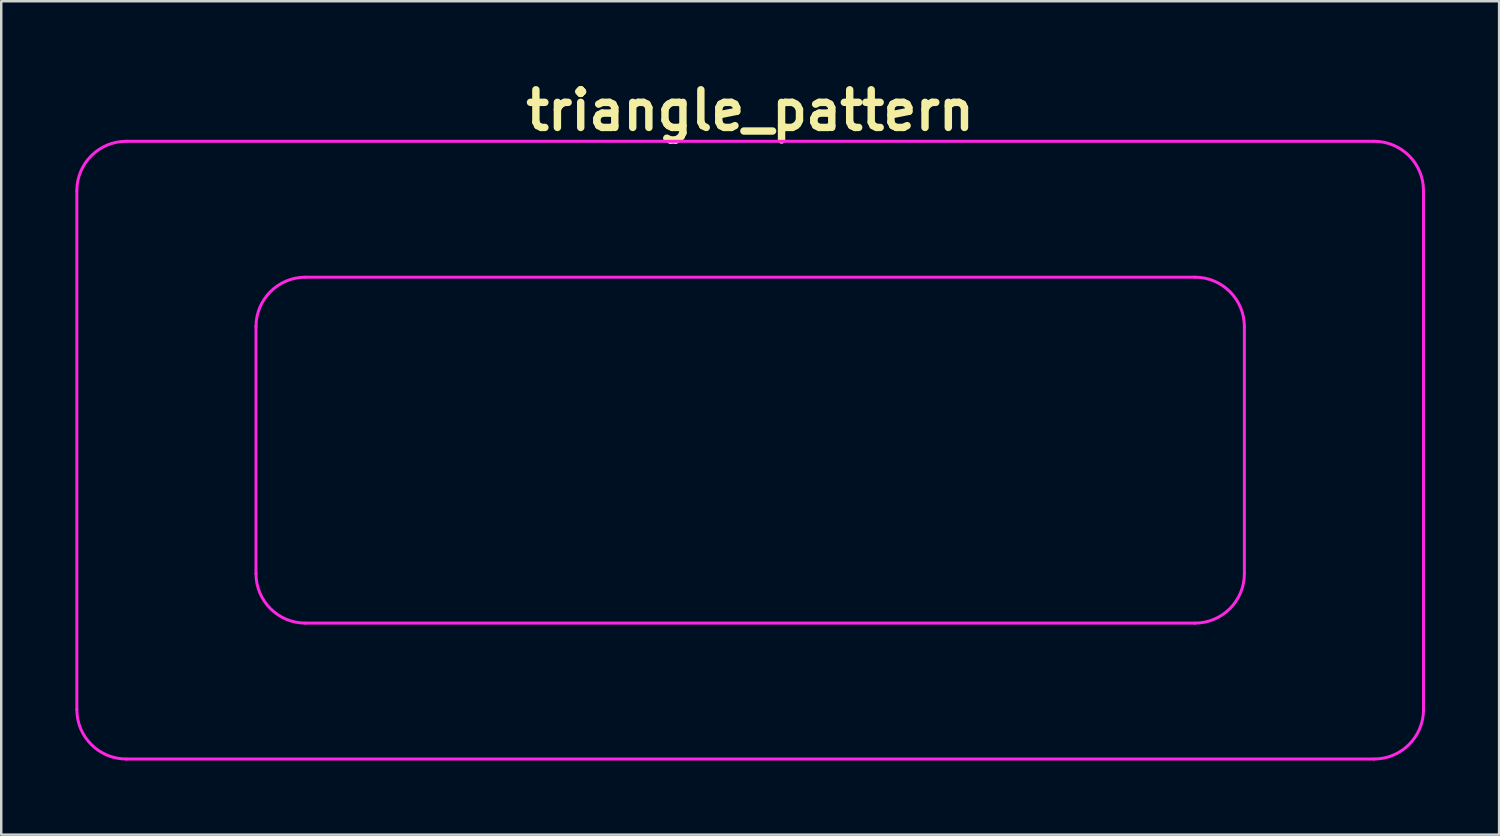
<source format=kicad_pcb>
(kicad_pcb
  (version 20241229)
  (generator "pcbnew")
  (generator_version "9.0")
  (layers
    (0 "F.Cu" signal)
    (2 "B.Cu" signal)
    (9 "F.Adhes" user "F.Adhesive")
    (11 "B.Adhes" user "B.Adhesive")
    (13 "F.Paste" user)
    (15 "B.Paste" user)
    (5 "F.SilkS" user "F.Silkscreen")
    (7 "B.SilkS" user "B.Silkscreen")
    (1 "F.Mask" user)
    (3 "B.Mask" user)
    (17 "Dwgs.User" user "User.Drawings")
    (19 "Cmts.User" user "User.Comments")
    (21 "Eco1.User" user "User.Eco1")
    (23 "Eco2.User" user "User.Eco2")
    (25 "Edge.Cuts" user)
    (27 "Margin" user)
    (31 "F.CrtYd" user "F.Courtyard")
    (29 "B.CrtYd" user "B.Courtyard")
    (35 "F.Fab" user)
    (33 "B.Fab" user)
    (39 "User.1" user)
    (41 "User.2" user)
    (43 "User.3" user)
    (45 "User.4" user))
  (footprint "triangle_pattern"
    (layer "F.Cu")
    (at 27.31 15.118)
    (property "Reference" "triangle_pattern" (at 0 -13.7 0) (layer "F.SilkS") (effects (font (size 1.524 1.524) (thickness 0.3))))
    (attr through_hole)
    (fp_line (start -27.25 -3.5) (end -25.65 -3.1) (stroke (width 0.12) (type solid)) (layer "F.Mask"))
    (fp_line (start -27.25 5.3) (end -23.65 4.5) (stroke (width 0.12) (type solid)) (layer "F.Mask"))
    (fp_line (start -27.15 -7.45) (end -21.45 -7.45) (stroke (width 0.12) (type solid)) (layer "F.Mask"))
    (fp_line (start -27.05 -11.3) (end -25.55 -11) (stroke (width 0.12) (type solid)) (layer "F.Mask"))
    (fp_line (start -27 1.1) (end -27.25 1.1) (stroke (width 0.12) (type solid)) (layer "F.Mask"))
    (fp_line (start -27 1.1) (end -25.15 -1.7) (stroke (width 0.12) (type solid)) (layer "F.Mask"))
    (fp_line (start -27 1.1) (end -23.65 4.5) (stroke (width 0.12) (type solid)) (layer "F.Mask"))
    (fp_line (start -27 1.1) (end -21.45 0.45) (stroke (width 0.12) (type solid)) (layer "F.Mask"))
    (fp_line (start -26.65 -5.25) (end -27.25 -4.55) (stroke (width 0.12) (type solid)) (layer "F.Mask"))
    (fp_line (start -26.65 -5.25) (end -27.15 -7.45) (stroke (width 0.12) (type solid)) (layer "F.Mask"))
    (fp_line (start -26.6 3.55) (end -27.25 3.85) (stroke (width 0.12) (type solid)) (layer "F.Mask"))
    (fp_line (start -26.6 3.55) (end -27.25 4.8) (stroke (width 0.12) (type solid)) (layer "F.Mask"))
    (fp_line (start -26.6 3.55) (end -27 1.1) (stroke (width 0.12) (type solid)) (layer "F.Mask"))
    (fp_line (start -26.25 12.3) (end -25.15 11.15) (stroke (width 0.12) (type solid)) (layer "F.Mask"))
    (fp_line (start -26.1 7.55) (end -27.25 5.75) (stroke (width 0.12) (type solid)) (layer "F.Mask"))
    (fp_line (start -26.1 7.55) (end -27.25 8) (stroke (width 0.12) (type solid)) (layer "F.Mask"))
    (fp_line (start -26.1 7.55) (end -25.15 11.15) (stroke (width 0.12) (type solid)) (layer "F.Mask"))
    (fp_line (start -25.65 -3.1) (end -26.65 -5.25) (stroke (width 0.12) (type solid)) (layer "F.Mask"))
    (fp_line (start -25.65 -3.1) (end -25.15 -1.7) (stroke (width 0.12) (type solid)) (layer "F.Mask"))
    (fp_line (start -25.55 -11) (end -27.15 -7.45) (stroke (width 0.12) (type solid)) (layer "F.Mask"))
    (fp_line (start -25.55 -11) (end -24.95 -12.45) (stroke (width 0.12) (type solid)) (layer "F.Mask"))
    (fp_line (start -25.55 -11) (end -21.65 -10.2) (stroke (width 0.12) (type solid)) (layer "F.Mask"))
    (fp_line (start -25.15 -1.7) (end -27.25 -3.15) (stroke (width 0.12) (type solid)) (layer "F.Mask"))
    (fp_line (start -25.15 -1.7) (end -21.6 -4.95) (stroke (width 0.12) (type solid)) (layer "F.Mask"))
    (fp_line (start -25.15 -1.7) (end -21.45 0.45) (stroke (width 0.12) (type solid)) (layer "F.Mask"))
    (fp_line (start -25.15 11.15) (end -27.25 8.5) (stroke (width 0.12) (type solid)) (layer "F.Mask"))
    (fp_line (start -25.15 11.15) (end -26.85 11.75) (stroke (width 0.12) (type solid)) (layer "F.Mask"))
    (fp_line (start -25.15 11.15) (end -24.55 12.55) (stroke (width 0.12) (type solid)) (layer "F.Mask"))
    (fp_line (start -25.15 11.15) (end -22.1 12.55) (stroke (width 0.12) (type solid)) (layer "F.Mask"))
    (fp_line (start -25.15 11.15) (end -20.9 8.2) (stroke (width 0.12) (type solid)) (layer "F.Mask"))
    (fp_line (start -23.65 4.5) (end -26.6 3.55) (stroke (width 0.12) (type solid)) (layer "F.Mask"))
    (fp_line (start -23.65 4.5) (end -26.1 7.55) (stroke (width 0.12) (type solid)) (layer "F.Mask"))
    (fp_line (start -23.65 4.5) (end -21.7 2.75) (stroke (width 0.12) (type solid)) (layer "F.Mask"))
    (fp_line (start -23.65 4.5) (end -20.9 8.2) (stroke (width 0.12) (type solid)) (layer "F.Mask"))
    (fp_line (start -23.65 4.5) (end -20.65 4.5) (stroke (width 0.12) (type solid)) (layer "F.Mask"))
    (fp_line (start -21.7 2.75) (end -27 1.1) (stroke (width 0.12) (type solid)) (layer "F.Mask"))
    (fp_line (start -21.7 2.75) (end -20.1 4.2) (stroke (width 0.12) (type solid)) (layer "F.Mask"))
    (fp_line (start -21.7 2.75) (end -20.05 1.05) (stroke (width 0.12) (type solid)) (layer "F.Mask"))
    (fp_line (start -21.65 -10.2) (end -23.3 -12.45) (stroke (width 0.12) (type solid)) (layer "F.Mask"))
    (fp_line (start -21.65 -10.2) (end -21.45 -7.45) (stroke (width 0.12) (type solid)) (layer "F.Mask"))
    (fp_line (start -21.65 -10.2) (end -17.7 -10.85) (stroke (width 0.12) (type solid)) (layer "F.Mask"))
    (fp_line (start -21.6 -4.95) (end -26.65 -5.25) (stroke (width 0.12) (type solid)) (layer "F.Mask"))
    (fp_line (start -21.6 -4.95) (end -25.65 -3.1) (stroke (width 0.12) (type solid)) (layer "F.Mask"))
    (fp_line (start -21.6 -4.95) (end -21.45 0.45) (stroke (width 0.12) (type solid)) (layer "F.Mask"))
    (fp_line (start -21.6 -4.95) (end -20.05 -4.35) (stroke (width 0.12) (type solid)) (layer "F.Mask"))
    (fp_line (start -21.6 -4.95) (end -18.3 -7) (stroke (width 0.12) (type solid)) (layer "F.Mask"))
    (fp_line (start -21.45 -7.45) (end -26.65 -5.25) (stroke (width 0.12) (type solid)) (layer "F.Mask"))
    (fp_line (start -21.45 -7.45) (end -25.55 -11) (stroke (width 0.12) (type solid)) (layer "F.Mask"))
    (fp_line (start -21.45 -7.45) (end -21.6 -4.95) (stroke (width 0.12) (type solid)) (layer "F.Mask"))
    (fp_line (start -21.45 -7.45) (end -18.3 -7) (stroke (width 0.12) (type solid)) (layer "F.Mask"))
    (fp_line (start -21.45 0.45) (end -21.7 2.75) (stroke (width 0.12) (type solid)) (layer "F.Mask"))
    (fp_line (start -21.45 0.45) (end -20.05 0.05) (stroke (width 0.12) (type solid)) (layer "F.Mask"))
    (fp_line (start -21.2 -12.45) (end -21.65 -10.2) (stroke (width 0.12) (type solid)) (layer "F.Mask"))
    (fp_line (start -20.9 8.2) (end -26.1 7.55) (stroke (width 0.12) (type solid)) (layer "F.Mask"))
    (fp_line (start -20.9 8.2) (end -21.65 12.5) (stroke (width 0.12) (type solid)) (layer "F.Mask"))
    (fp_line (start -20.9 8.2) (end -20 6) (stroke (width 0.12) (type solid)) (layer "F.Mask"))
    (fp_line (start -20.9 12.55) (end -19.25 12.2) (stroke (width 0.12) (type solid)) (layer "F.Mask"))
    (fp_line (start -20.65 4.5) (end -21.7 2.75) (stroke (width 0.12) (type solid)) (layer "F.Mask"))
    (fp_line (start -20.65 4.5) (end -20 6) (stroke (width 0.12) (type solid)) (layer "F.Mask"))
    (fp_line (start -20.1 4.2) (end -20.65 4.5) (stroke (width 0.12) (type solid)) (layer "F.Mask"))
    (fp_line (start -20.1 4.2) (end -20 6) (stroke (width 0.12) (type solid)) (layer "F.Mask"))
    (fp_line (start -20.05 -2.45) (end -21.6 -4.95) (stroke (width 0.12) (type solid)) (layer "F.Mask"))
    (fp_line (start -20 6) (end -23.65 4.5) (stroke (width 0.12) (type solid)) (layer "F.Mask"))
    (fp_line (start -20 6.05) (end -19.15 9.9) (stroke (width 0.12) (type solid)) (layer "F.Mask"))
    (fp_line (start -19.25 12.2) (end -19.3 12.55) (stroke (width 0.12) (type solid)) (layer "F.Mask"))
    (fp_line (start -19.25 12.2) (end -19.15 9.9) (stroke (width 0.12) (type solid)) (layer "F.Mask"))
    (fp_line (start -19.25 12.2) (end -18.6 12.55) (stroke (width 0.12) (type solid)) (layer "F.Mask"))
    (fp_line (start -19.25 12.2) (end -15 11.5) (stroke (width 0.12) (type solid)) (layer "F.Mask"))
    (fp_line (start -19.15 9.9) (end -21.5 12.55) (stroke (width 0.12) (type solid)) (layer "F.Mask"))
    (fp_line (start -19.15 9.9) (end -20.9 8.2) (stroke (width 0.12) (type solid)) (layer "F.Mask"))
    (fp_line (start -19.15 9.9) (end -18 7.05) (stroke (width 0.12) (type solid)) (layer "F.Mask"))
    (fp_line (start -18.3 -7) (end -21.65 -10.2) (stroke (width 0.12) (type solid)) (layer "F.Mask"))
    (fp_line (start -18.3 -7) (end -14.7 -9.8) (stroke (width 0.12) (type solid)) (layer "F.Mask"))
    (fp_line (start -18.15 -12.45) (end -17.7 -10.85) (stroke (width 0.12) (type solid)) (layer "F.Mask"))
    (fp_line (start -17.7 -10.85) (end -20.2 -12.45) (stroke (width 0.12) (type solid)) (layer "F.Mask"))
    (fp_line (start -17.7 -10.85) (end -18.3 -7) (stroke (width 0.12) (type solid)) (layer "F.Mask"))
    (fp_line (start -17.7 -10.85) (end -15.8 -11.45) (stroke (width 0.12) (type solid)) (layer "F.Mask"))
    (fp_line (start -16.35 -12.45) (end -15.8 -11.45) (stroke (width 0.12) (type solid)) (layer "F.Mask"))
    (fp_line (start -16.05 7.05) (end -15.05 10.15) (stroke (width 0.12) (type solid)) (layer "F.Mask"))
    (fp_line (start -15.8 -11.45) (end -17.05 -12.45) (stroke (width 0.12) (type solid)) (layer "F.Mask"))
    (fp_line (start -15.8 -11.45) (end -14.75 -12.45) (stroke (width 0.12) (type solid)) (layer "F.Mask"))
    (fp_line (start -15.8 -11.45) (end -14.7 -9.8) (stroke (width 0.12) (type solid)) (layer "F.Mask"))
    (fp_line (start -15.05 10.15) (end -19.15 9.9) (stroke (width 0.12) (type solid)) (layer "F.Mask"))
    (fp_line (start -15.05 10.15) (end -12.65 8.9) (stroke (width 0.12) (type solid)) (layer "F.Mask"))
    (fp_line (start -15 11.5) (end -19.15 9.9) (stroke (width 0.12) (type solid)) (layer "F.Mask"))
    (fp_line (start -15 11.5) (end -15.4 12.55) (stroke (width 0.12) (type solid)) (layer "F.Mask"))
    (fp_line (start -15 11.5) (end -15.05 10.15) (stroke (width 0.12) (type solid)) (layer "F.Mask"))
    (fp_line (start -15 11.5) (end -14.5 12.55) (stroke (width 0.12) (type solid)) (layer "F.Mask"))
    (fp_line (start -14.7 -9.8) (end -17.7 -10.85) (stroke (width 0.12) (type solid)) (layer "F.Mask"))
    (fp_line (start -14.7 -9.8) (end -16.55 -6.95) (stroke (width 0.12) (type solid)) (layer "F.Mask"))
    (fp_line (start -14.7 -9.8) (end -13.55 -6.95) (stroke (width 0.12) (type solid)) (layer "F.Mask"))
    (fp_line (start -14.7 -9.8) (end -11.35 -11.5) (stroke (width 0.12) (type solid)) (layer "F.Mask"))
    (fp_line (start -14.35 7.05) (end -12.65 8.9) (stroke (width 0.12) (type solid)) (layer "F.Mask"))
    (fp_line (start -13.55 -6.95) (end -11.95 -9.85) (stroke (width 0.12) (type solid)) (layer "F.Mask"))
    (fp_line (start -12.75 12.55) (end -11.2 11.55) (stroke (width 0.12) (type solid)) (layer "F.Mask"))
    (fp_line (start -12.65 8.9) (end -15 11.5) (stroke (width 0.12) (type solid)) (layer "F.Mask"))
    (fp_line (start -12.65 8.9) (end -12.4 7.05) (stroke (width 0.12) (type solid)) (layer "F.Mask"))
    (fp_line (start -12.65 8.9) (end -11.2 11.55) (stroke (width 0.12) (type solid)) (layer "F.Mask"))
    (fp_line (start -11.95 -9.85) (end -14.7 -9.8) (stroke (width 0.12) (type solid)) (layer "F.Mask"))
    (fp_line (start -11.95 -9.85) (end -9.85 -6.95) (stroke (width 0.12) (type solid)) (layer "F.Mask"))
    (fp_line (start -11.95 -9.85) (end -7.45 -7.95) (stroke (width 0.12) (type solid)) (layer "F.Mask"))
    (fp_line (start -11.65 -12.45) (end -11.35 -11.5) (stroke (width 0.12) (type solid)) (layer "F.Mask"))
    (fp_line (start -11.35 -11.5) (end -15.8 -11.45) (stroke (width 0.12) (type solid)) (layer "F.Mask"))
    (fp_line (start -11.35 -11.5) (end -11.95 -9.85) (stroke (width 0.12) (type solid)) (layer "F.Mask"))
    (fp_line (start -11.35 -11.5) (end -11.2 -12.45) (stroke (width 0.12) (type solid)) (layer "F.Mask"))
    (fp_line (start -11.35 -11.5) (end -8.85 -9.95) (stroke (width 0.12) (type solid)) (layer "F.Mask"))
    (fp_line (start -11.3 7.05) (end -11.1 7.65) (stroke (width 0.12) (type solid)) (layer "F.Mask"))
    (fp_line (start -11.2 11.55) (end -15 11.5) (stroke (width 0.12) (type solid)) (layer "F.Mask"))
    (fp_line (start -11.2 11.55) (end -11.8 12.55) (stroke (width 0.12) (type solid)) (layer "F.Mask"))
    (fp_line (start -11.2 11.55) (end -10.3 12.55) (stroke (width 0.12) (type solid)) (layer "F.Mask"))
    (fp_line (start -11.2 11.55) (end -7.2 10.6) (stroke (width 0.12) (type solid)) (layer "F.Mask"))
    (fp_line (start -11.1 7.65) (end -12.65 8.9) (stroke (width 0.12) (type solid)) (layer "F.Mask"))
    (fp_line (start -11.1 7.65) (end -11.2 11.55) (stroke (width 0.12) (type solid)) (layer "F.Mask"))
    (fp_line (start -11.1 7.65) (end -10.65 7.05) (stroke (width 0.12) (type solid)) (layer "F.Mask"))
    (fp_line (start -9.65 7.05) (end -7.2 10.6) (stroke (width 0.12) (type solid)) (layer "F.Mask"))
    (fp_line (start -8.85 -9.95) (end -11.95 -9.85) (stroke (width 0.12) (type solid)) (layer "F.Mask"))
    (fp_line (start -8.85 -9.95) (end -10.65 -12.45) (stroke (width 0.12) (type solid)) (layer "F.Mask"))
    (fp_line (start -8.85 -9.95) (end -5.15 -12.45) (stroke (width 0.12) (type solid)) (layer "F.Mask"))
    (fp_line (start -8.65 7.05) (end -6.1 8.15) (stroke (width 0.12) (type solid)) (layer "F.Mask"))
    (fp_line (start -7.9 -12.45) (end -8.85 -9.95) (stroke (width 0.12) (type solid)) (layer "F.Mask"))
    (fp_line (start -7.45 -7.95) (end -8.85 -9.95) (stroke (width 0.12) (type solid)) (layer "F.Mask"))
    (fp_line (start -7.45 -7.95) (end -7.8 -6.95) (stroke (width 0.12) (type solid)) (layer "F.Mask"))
    (fp_line (start -7.45 -7.95) (end -6.85 -6.95) (stroke (width 0.12) (type solid)) (layer "F.Mask"))
    (fp_line (start -7.45 -7.95) (end -6.6 -8.25) (stroke (width 0.12) (type solid)) (layer "F.Mask"))
    (fp_line (start -7.2 10.6) (end -11.1 7.65) (stroke (width 0.12) (type solid)) (layer "F.Mask"))
    (fp_line (start -7.2 10.6) (end -8.55 12.55) (stroke (width 0.12) (type solid)) (layer "F.Mask"))
    (fp_line (start -7.2 10.6) (end -3.35 11.7) (stroke (width 0.12) (type solid)) (layer "F.Mask"))
    (fp_line (start -6.6 -8.25) (end -8.85 -9.95) (stroke (width 0.12) (type solid)) (layer "F.Mask"))
    (fp_line (start -6.6 -8.25) (end -6.25 -7) (stroke (width 0.12) (type solid)) (layer "F.Mask"))
    (fp_line (start -6.6 -8.25) (end -4.95 -6.95) (stroke (width 0.12) (type solid)) (layer "F.Mask"))
    (fp_line (start -6.6 -8.25) (end -3.1 -11.1) (stroke (width 0.12) (type solid)) (layer "F.Mask"))
    (fp_line (start -6.1 8.15) (end -7.2 10.6) (stroke (width 0.12) (type solid)) (layer "F.Mask"))
    (fp_line (start -6.1 8.15) (end -2.2 7.7) (stroke (width 0.12) (type solid)) (layer "F.Mask"))
    (fp_line (start -6.05 12.55) (end -7.2 10.6) (stroke (width 0.12) (type solid)) (layer "F.Mask"))
    (fp_line (start -5.5 7.05) (end -6.1 8.15) (stroke (width 0.12) (type solid)) (layer "F.Mask"))
    (fp_line (start -5.15 -12.45) (end -6.6 -8.25) (stroke (width 0.12) (type solid)) (layer "F.Mask"))
    (fp_line (start -4.75 7.05) (end -2.2 7.7) (stroke (width 0.12) (type solid)) (layer "F.Mask"))
    (fp_line (start -3.8 12.55) (end -3.35 11.7) (stroke (width 0.12) (type solid)) (layer "F.Mask"))
    (fp_line (start -3.35 11.7) (end -6.1 8.15) (stroke (width 0.12) (type solid)) (layer "F.Mask"))
    (fp_line (start -3.35 11.7) (end -2.35 12.55) (stroke (width 0.12) (type solid)) (layer "F.Mask"))
    (fp_line (start -3.35 11.7) (end 0.5 11.15) (stroke (width 0.12) (type solid)) (layer "F.Mask"))
    (fp_line (start -3.1 -11.1) (end -5.15 -12.45) (stroke (width 0.12) (type solid)) (layer "F.Mask"))
    (fp_line (start -3.1 -11.1) (end -3.9 -6.95) (stroke (width 0.12) (type solid)) (layer "F.Mask"))
    (fp_line (start -3.1 -11.1) (end -2.45 -12.45) (stroke (width 0.12) (type solid)) (layer "F.Mask"))
    (fp_line (start -2.2 7.7) (end -3.35 11.7) (stroke (width 0.12) (type solid)) (layer "F.Mask"))
    (fp_line (start -2.2 7.7) (end -2.3 7.05) (stroke (width 0.12) (type solid)) (layer "F.Mask"))
    (fp_line (start -2.2 7.7) (end -1.25 9.15) (stroke (width 0.12) (type solid)) (layer "F.Mask"))
    (fp_line (start -1.8 -12.5) (end -0.95 -12.05) (stroke (width 0.12) (type solid)) (layer "F.Mask"))
    (fp_line (start -1.25 9.15) (end -3.35 11.7) (stroke (width 0.12) (type solid)) (layer "F.Mask"))
    (fp_line (start -1.25 9.15) (end 0.35 7.35) (stroke (width 0.12) (type solid)) (layer "F.Mask"))
    (fp_line (start -0.95 -12.05) (end -3.1 -11.1) (stroke (width 0.12) (type solid)) (layer "F.Mask"))
    (fp_line (start -0.95 -12.05) (end 1.55 -8.75) (stroke (width 0.12) (type solid)) (layer "F.Mask"))
    (fp_line (start -0.95 -12.05) (end 2.05 -12.45) (stroke (width 0.12) (type solid)) (layer "F.Mask"))
    (fp_line (start -0.95 -9.5) (end -3.25 -6.95) (stroke (width 0.12) (type solid)) (layer "F.Mask"))
    (fp_line (start -0.95 -9.5) (end -3.1 -11.1) (stroke (width 0.12) (type solid)) (layer "F.Mask"))
    (fp_line (start -0.95 -9.5) (end -0.95 -12.05) (stroke (width 0.12) (type solid)) (layer "F.Mask"))
    (fp_line (start -0.95 -9.5) (end -0.6 -6.95) (stroke (width 0.12) (type solid)) (layer "F.Mask"))
    (fp_line (start 0.35 7.35) (end -2.2 7.7) (stroke (width 0.12) (type solid)) (layer "F.Mask"))
    (fp_line (start 0.35 7.35) (end -0.25 7.05) (stroke (width 0.12) (type solid)) (layer "F.Mask"))
    (fp_line (start 0.35 7.35) (end 0.25 7.05) (stroke (width 0.12) (type solid)) (layer "F.Mask"))
    (fp_line (start 0.35 7.35) (end 0.5 11.15) (stroke (width 0.12) (type solid)) (layer "F.Mask"))
    (fp_line (start 0.35 7.35) (end 0.75 7.05) (stroke (width 0.12) (type solid)) (layer "F.Mask"))
    (fp_line (start 0.5 11.15) (end -1.25 9.15) (stroke (width 0.12) (type solid)) (layer "F.Mask"))
    (fp_line (start 0.5 11.15) (end 0.05 12.55) (stroke (width 0.12) (type solid)) (layer "F.Mask"))
    (fp_line (start 0.5 11.15) (end 0.9 12.55) (stroke (width 0.12) (type solid)) (layer "F.Mask"))
    (fp_line (start 0.5 11.15) (end 3.35 9.3) (stroke (width 0.12) (type solid)) (layer "F.Mask"))
    (fp_line (start 1.55 -8.75) (end -0.95 -9.5) (stroke (width 0.12) (type solid)) (layer "F.Mask"))
    (fp_line (start 1.55 -8.75) (end 0.05 -6.95) (stroke (width 0.12) (type solid)) (layer "F.Mask"))
    (fp_line (start 1.55 -8.75) (end 4 -12.45) (stroke (width 0.12) (type solid)) (layer "F.Mask"))
    (fp_line (start 2.5 12.55) (end 3.1 11.75) (stroke (width 0.12) (type solid)) (layer "F.Mask"))
    (fp_line (start 2.65 -8.15) (end 0.6 -6.95) (stroke (width 0.12) (type solid)) (layer "F.Mask"))
    (fp_line (start 2.65 -8.15) (end 1.55 -8.75) (stroke (width 0.12) (type solid)) (layer "F.Mask"))
    (fp_line (start 2.65 -8.15) (end 2.45 -6.95) (stroke (width 0.12) (type solid)) (layer "F.Mask"))
    (fp_line (start 2.65 -8.15) (end 4.45 -6.95) (stroke (width 0.12) (type solid)) (layer "F.Mask"))
    (fp_line (start 2.65 -8.15) (end 7.2 -7.8) (stroke (width 0.12) (type solid)) (layer "F.Mask"))
    (fp_line (start 3.05 7.05) (end 3.35 9.3) (stroke (width 0.12) (type solid)) (layer "F.Mask"))
    (fp_line (start 3.1 11.75) (end 0.5 11.15) (stroke (width 0.12) (type solid)) (layer "F.Mask"))
    (fp_line (start 3.1 11.75) (end 3.4 12.55) (stroke (width 0.12) (type solid)) (layer "F.Mask"))
    (fp_line (start 3.1 11.75) (end 6.95 12.05) (stroke (width 0.12) (type solid)) (layer "F.Mask"))
    (fp_line (start 3.35 9.3) (end 0.35 7.35) (stroke (width 0.12) (type solid)) (layer "F.Mask"))
    (fp_line (start 3.35 9.3) (end 3.1 11.75) (stroke (width 0.12) (type solid)) (layer "F.Mask"))
    (fp_line (start 3.35 9.3) (end 5.15 7.55) (stroke (width 0.12) (type solid)) (layer "F.Mask"))
    (fp_line (start 4 -12.45) (end 2.65 -8.15) (stroke (width 0.12) (type solid)) (layer "F.Mask"))
    (fp_line (start 4 -12.45) (end 6.7 -11.2) (stroke (width 0.12) (type solid)) (layer "F.Mask"))
    (fp_line (start 4.6 7.05) (end 5.15 7.55) (stroke (width 0.12) (type solid)) (layer "F.Mask"))
    (fp_line (start 5.15 7.55) (end 5.5 7.05) (stroke (width 0.12) (type solid)) (layer "F.Mask"))
    (fp_line (start 5.15 7.55) (end 6.55 7.05) (stroke (width 0.12) (type solid)) (layer "F.Mask"))
    (fp_line (start 5.15 7.55) (end 6.95 12.05) (stroke (width 0.12) (type solid)) (layer "F.Mask"))
    (fp_line (start 5.15 7.55) (end 9.2 9.7) (stroke (width 0.12) (type solid)) (layer "F.Mask"))
    (fp_line (start 6.7 -11.2) (end 2.65 -8.15) (stroke (width 0.12) (type solid)) (layer "F.Mask"))
    (fp_line (start 6.7 -11.2) (end 6.2 -12.45) (stroke (width 0.12) (type solid)) (layer "F.Mask"))
    (fp_line (start 6.7 -11.2) (end 10.4 -9.45) (stroke (width 0.12) (type solid)) (layer "F.Mask"))
    (fp_line (start 6.95 12.05) (end 3.35 9.3) (stroke (width 0.12) (type solid)) (layer "F.Mask"))
    (fp_line (start 6.95 12.05) (end 6.6 12.55) (stroke (width 0.12) (type solid)) (layer "F.Mask"))
    (fp_line (start 6.95 12.05) (end 7.65 12.55) (stroke (width 0.12) (type solid)) (layer "F.Mask"))
    (fp_line (start 7.2 -7.8) (end 6.7 -11.2) (stroke (width 0.12) (type solid)) (layer "F.Mask"))
    (fp_line (start 7.2 -7.8) (end 7.3 -6.95) (stroke (width 0.12) (type solid)) (layer "F.Mask"))
    (fp_line (start 7.2 -7.8) (end 9.65 -7.75) (stroke (width 0.12) (type solid)) (layer "F.Mask"))
    (fp_line (start 8.4 -12.45) (end 9.7 -11.8) (stroke (width 0.12) (type solid)) (layer "F.Mask"))
    (fp_line (start 9 -6.95) (end 9.65 -7.75) (stroke (width 0.12) (type solid)) (layer "F.Mask"))
    (fp_line (start 9.2 9.7) (end 6.95 12.05) (stroke (width 0.12) (type solid)) (layer "F.Mask"))
    (fp_line (start 9.2 9.7) (end 8.15 12.55) (stroke (width 0.12) (type solid)) (layer "F.Mask"))
    (fp_line (start 9.2 9.7) (end 9.7 12.55) (stroke (width 0.12) (type solid)) (layer "F.Mask"))
    (fp_line (start 9.2 9.7) (end 11.45 12.55) (stroke (width 0.12) (type solid)) (layer "F.Mask"))
    (fp_line (start 9.2 9.7) (end 11.7 9.25) (stroke (width 0.12) (type solid)) (layer "F.Mask"))
    (fp_line (start 9.55 7.05) (end 9.2 9.7) (stroke (width 0.12) (type solid)) (layer "F.Mask"))
    (fp_line (start 9.65 -7.75) (end 10.05 -6.95) (stroke (width 0.12) (type solid)) (layer "F.Mask"))
    (fp_line (start 9.65 -7.75) (end 10.4 -9.45) (stroke (width 0.12) (type solid)) (layer "F.Mask"))
    (fp_line (start 9.7 -11.8) (end 6.7 -11.2) (stroke (width 0.12) (type solid)) (layer "F.Mask"))
    (fp_line (start 9.7 -11.8) (end 9.75 -12.45) (stroke (width 0.12) (type solid)) (layer "F.Mask"))
    (fp_line (start 9.7 -11.8) (end 11.65 -10.4) (stroke (width 0.12) (type solid)) (layer "F.Mask"))
    (fp_line (start 10.25 -12.45) (end 9.7 -11.8) (stroke (width 0.12) (type solid)) (layer "F.Mask"))
    (fp_line (start 10.4 -9.45) (end 7.2 -7.8) (stroke (width 0.12) (type solid)) (layer "F.Mask"))
    (fp_line (start 10.4 -9.45) (end 9.7 -11.8) (stroke (width 0.12) (type solid)) (layer "F.Mask"))
    (fp_line (start 10.4 -9.45) (end 10.45 -9.45) (stroke (width 0.12) (type solid)) (layer "F.Mask"))
    (fp_line (start 10.4 -9.45) (end 11.9 -6.95) (stroke (width 0.12) (type solid)) (layer "F.Mask"))
    (fp_line (start 10.85 -6.95) (end 9.65 -7.75) (stroke (width 0.12) (type solid)) (layer "F.Mask"))
    (fp_line (start 11.65 -10.4) (end 10.4 -9.45) (stroke (width 0.12) (type solid)) (layer "F.Mask"))
    (fp_line (start 11.65 -10.4) (end 11.65 -12.45) (stroke (width 0.12) (type solid)) (layer "F.Mask"))
    (fp_line (start 11.65 -10.4) (end 14.7 -9.15) (stroke (width 0.12) (type solid)) (layer "F.Mask"))
    (fp_line (start 11.7 9.25) (end 12.1 12.55) (stroke (width 0.12) (type solid)) (layer "F.Mask"))
    (fp_line (start 11.7 9.25) (end 14.35 7.05) (stroke (width 0.12) (type solid)) (layer "F.Mask"))
    (fp_line (start 13.1 12.55) (end 14.75 10.55) (stroke (width 0.12) (type solid)) (layer "F.Mask"))
    (fp_line (start 13.45 -12.45) (end 11.65 -10.4) (stroke (width 0.12) (type solid)) (layer "F.Mask"))
    (fp_line (start 14.7 -9.15) (end 10.4 -9.45) (stroke (width 0.12) (type solid)) (layer "F.Mask"))
    (fp_line (start 14.7 -9.15) (end 13.45 -6.95) (stroke (width 0.12) (type solid)) (layer "F.Mask"))
    (fp_line (start 14.7 -9.15) (end 14 -12.45) (stroke (width 0.12) (type solid)) (layer "F.Mask"))
    (fp_line (start 14.7 -9.15) (end 16.8 -7.35) (stroke (width 0.12) (type solid)) (layer "F.Mask"))
    (fp_line (start 14.7 -9.15) (end 17.6 -12.45) (stroke (width 0.12) (type solid)) (layer "F.Mask"))
    (fp_line (start 14.75 10.55) (end 11.7 9.25) (stroke (width 0.12) (type solid)) (layer "F.Mask"))
    (fp_line (start 14.75 10.55) (end 16.15 12.2) (stroke (width 0.12) (type solid)) (layer "F.Mask"))
    (fp_line (start 15.5 7) (end 14.75 10.55) (stroke (width 0.12) (type solid)) (layer "F.Mask"))
    (fp_line (start 16.15 12.2) (end 15.1 12.55) (stroke (width 0.12) (type solid)) (layer "F.Mask"))
    (fp_line (start 16.15 12.2) (end 15.95 12.55) (stroke (width 0.12) (type solid)) (layer "F.Mask"))
    (fp_line (start 16.15 12.2) (end 16.4 12.55) (stroke (width 0.12) (type solid)) (layer "F.Mask"))
    (fp_line (start 16.15 12.2) (end 17.95 7.75) (stroke (width 0.12) (type solid)) (layer "F.Mask"))
    (fp_line (start 16.8 -7.35) (end 15.9 -6.95) (stroke (width 0.12) (type solid)) (layer "F.Mask"))
    (fp_line (start 16.8 -7.35) (end 16.85 -6.95) (stroke (width 0.12) (type solid)) (layer "F.Mask"))
    (fp_line (start 16.8 -7.35) (end 18.55 -8.65) (stroke (width 0.12) (type solid)) (layer "F.Mask"))
    (fp_line (start 16.8 -7.35) (end 19.95 -6.85) (stroke (width 0.12) (type solid)) (layer "F.Mask"))
    (fp_line (start 17.15 7.05) (end 17.95 7.75) (stroke (width 0.12) (type solid)) (layer "F.Mask"))
    (fp_line (start 17.95 7.75) (end 14.75 10.55) (stroke (width 0.12) (type solid)) (layer "F.Mask"))
    (fp_line (start 17.95 7.75) (end 17.95 7.05) (stroke (width 0.12) (type solid)) (layer "F.Mask"))
    (fp_line (start 17.95 7.75) (end 19.7 10.95) (stroke (width 0.12) (type solid)) (layer "F.Mask"))
    (fp_line (start 17.95 7.75) (end 21.9 10.05) (stroke (width 0.12) (type solid)) (layer "F.Mask"))
    (fp_line (start 18.5 -12.45) (end 18.55 -8.65) (stroke (width 0.12) (type solid)) (layer "F.Mask"))
    (fp_line (start 18.55 -8.65) (end 14.7 -9.15) (stroke (width 0.12) (type solid)) (layer "F.Mask"))
    (fp_line (start 18.55 -8.65) (end 22.75 -12.45) (stroke (width 0.12) (type solid)) (layer "F.Mask"))
    (fp_line (start 18.6 6.95) (end 17.95 7.75) (stroke (width 0.12) (type solid)) (layer "F.Mask"))
    (fp_line (start 19.7 10.95) (end 16.15 12.2) (stroke (width 0.12) (type solid)) (layer "F.Mask"))
    (fp_line (start 19.7 10.95) (end 19.5 12.55) (stroke (width 0.12) (type solid)) (layer "F.Mask"))
    (fp_line (start 19.7 10.95) (end 21.6 12.55) (stroke (width 0.12) (type solid)) (layer "F.Mask"))
    (fp_line (start 19.95 -6.85) (end 18.55 -8.65) (stroke (width 0.12) (type solid)) (layer "F.Mask"))
    (fp_line (start 19.95 -6.85) (end 19.4 -6.4) (stroke (width 0.12) (type solid)) (layer "F.Mask"))
    (fp_line (start 19.95 -6.85) (end 20.7 -1.65) (stroke (width 0.12) (type solid)) (layer "F.Mask"))
    (fp_line (start 20 2.5) (end 21.15 1.7) (stroke (width 0.12) (type solid)) (layer "F.Mask"))
    (fp_line (start 20.3 5.35) (end 19.85 5.8) (stroke (width 0.12) (type solid)) (layer "F.Mask"))
    (fp_line (start 20.3 5.35) (end 19.95 5.35) (stroke (width 0.12) (type solid)) (layer "F.Mask"))
    (fp_line (start 20.3 5.35) (end 20.05 4.5) (stroke (width 0.12) (type solid)) (layer "F.Mask"))
    (fp_line (start 20.3 5.35) (end 21.9 10.05) (stroke (width 0.12) (type solid)) (layer "F.Mask"))
    (fp_line (start 20.3 5.35) (end 23.95 3.6) (stroke (width 0.12) (type solid)) (layer "F.Mask"))
    (fp_line (start 20.3 5.35) (end 24.1 8.7) (stroke (width 0.12) (type solid)) (layer "F.Mask"))
    (fp_line (start 20.7 -1.65) (end 20 -2.1) (stroke (width 0.12) (type solid)) (layer "F.Mask"))
    (fp_line (start 20.7 -1.65) (end 20 -1.3) (stroke (width 0.12) (type solid)) (layer "F.Mask"))
    (fp_line (start 20.7 -1.65) (end 22.65 -6.15) (stroke (width 0.12) (type solid)) (layer "F.Mask"))
    (fp_line (start 20.7 -1.65) (end 23.35 0.1) (stroke (width 0.12) (type solid)) (layer "F.Mask"))
    (fp_line (start 21.15 1.7) (end 20 1.15) (stroke (width 0.12) (type solid)) (layer "F.Mask"))
    (fp_line (start 21.15 1.7) (end 20.3 5.35) (stroke (width 0.12) (type solid)) (layer "F.Mask"))
    (fp_line (start 21.15 1.7) (end 20.7 -1.65) (stroke (width 0.12) (type solid)) (layer "F.Mask"))
    (fp_line (start 21.6 -8.5) (end 19.95 -6.85) (stroke (width 0.12) (type solid)) (layer "F.Mask"))
    (fp_line (start 21.6 12.55) (end 21.9 10.05) (stroke (width 0.12) (type solid)) (layer "F.Mask"))
    (fp_line (start 21.65 -8.55) (end 18.55 -8.65) (stroke (width 0.12) (type solid)) (layer "F.Mask"))
    (fp_line (start 21.9 10.05) (end 19.7 10.95) (stroke (width 0.12) (type solid)) (layer "F.Mask"))
    (fp_line (start 21.9 10.05) (end 24.1 8.7) (stroke (width 0.12) (type solid)) (layer "F.Mask"))
    (fp_line (start 21.9 10.05) (end 25 12.05) (stroke (width 0.12) (type solid)) (layer "F.Mask"))
    (fp_line (start 22.65 -6.15) (end 19.95 -6.85) (stroke (width 0.12) (type solid)) (layer "F.Mask"))
    (fp_line (start 22.65 -6.15) (end 21.65 -8.55) (stroke (width 0.12) (type solid)) (layer "F.Mask"))
    (fp_line (start 22.65 -6.15) (end 23.1 -2.9) (stroke (width 0.12) (type solid)) (layer "F.Mask"))
    (fp_line (start 22.65 -6.15) (end 26.05 -8.4) (stroke (width 0.12) (type solid)) (layer "F.Mask"))
    (fp_line (start 22.75 -12.45) (end 21.65 -8.55) (stroke (width 0.12) (type solid)) (layer "F.Mask"))
    (fp_line (start 22.75 -12.45) (end 26.05 -8.4) (stroke (width 0.12) (type solid)) (layer "F.Mask"))
    (fp_line (start 23.1 -2.9) (end 20.7 -1.65) (stroke (width 0.12) (type solid)) (layer "F.Mask"))
    (fp_line (start 23.1 -2.9) (end 25.2 -4.85) (stroke (width 0.12) (type solid)) (layer "F.Mask"))
    (fp_line (start 23.1 -2.9) (end 27.25 0.15) (stroke (width 0.12) (type solid)) (layer "F.Mask"))
    (fp_line (start 23.35 0.1) (end 21.15 1.7) (stroke (width 0.12) (type solid)) (layer "F.Mask"))
    (fp_line (start 23.35 0.1) (end 23.1 -2.9) (stroke (width 0.12) (type solid)) (layer "F.Mask"))
    (fp_line (start 23.35 0.1) (end 27.25 2.1) (stroke (width 0.12) (type solid)) (layer "F.Mask"))
    (fp_line (start 23.95 3.6) (end 21.15 1.7) (stroke (width 0.12) (type solid)) (layer "F.Mask"))
    (fp_line (start 23.95 3.6) (end 23.35 0.1) (stroke (width 0.12) (type solid)) (layer "F.Mask"))
    (fp_line (start 23.95 3.6) (end 27.25 2.35) (stroke (width 0.12) (type solid)) (layer "F.Mask"))
    (fp_line (start 24.1 8.7) (end 25 12.05) (stroke (width 0.12) (type solid)) (layer "F.Mask"))
    (fp_line (start 24.1 8.7) (end 26.5 7.8) (stroke (width 0.12) (type solid)) (layer "F.Mask"))
    (fp_line (start 24.1 8.7) (end 27.1 11.3) (stroke (width 0.12) (type solid)) (layer "F.Mask"))
    (fp_line (start 25 12.05) (end 21.8 12.55) (stroke (width 0.12) (type solid)) (layer "F.Mask"))
    (fp_line (start 25 12.05) (end 24.75 12.55) (stroke (width 0.12) (type solid)) (layer "F.Mask"))
    (fp_line (start 25 12.05) (end 25.65 12.5) (stroke (width 0.12) (type solid)) (layer "F.Mask"))
    (fp_line (start 25 12.05) (end 27.05 11.45) (stroke (width 0.12) (type solid)) (layer "F.Mask"))
    (fp_line (start 25.2 -4.85) (end 22.65 -6.15) (stroke (width 0.12) (type solid)) (layer "F.Mask"))
    (fp_line (start 25.2 -4.85) (end 26.05 -8.4) (stroke (width 0.12) (type solid)) (layer "F.Mask"))
    (fp_line (start 25.2 -4.85) (end 27.25 -4.45) (stroke (width 0.12) (type solid)) (layer "F.Mask"))
    (fp_line (start 25.25 4.75) (end 20.3 5.35) (stroke (width 0.12) (type solid)) (layer "F.Mask"))
    (fp_line (start 25.3 4.7) (end 24 3.6) (stroke (width 0.12) (type solid)) (layer "F.Mask"))
    (fp_line (start 25.3 4.7) (end 24.1 8.7) (stroke (width 0.12) (type solid)) (layer "F.Mask"))
    (fp_line (start 25.3 4.7) (end 27.25 4.55) (stroke (width 0.12) (type solid)) (layer "F.Mask"))
    (fp_line (start 26.05 -8.4) (end 21.65 -8.55) (stroke (width 0.12) (type solid)) (layer "F.Mask"))
    (fp_line (start 26.05 -8.4) (end 26.55 -5.8) (stroke (width 0.12) (type solid)) (layer "F.Mask"))
    (fp_line (start 26.05 -8.4) (end 26.7 -10.8) (stroke (width 0.12) (type solid)) (layer "F.Mask"))
    (fp_line (start 26.05 -8.4) (end 27.25 -8.45) (stroke (width 0.12) (type solid)) (layer "F.Mask"))
    (fp_line (start 26.15 -12.2) (end 26.7 -10.8) (stroke (width 0.12) (type solid)) (layer "F.Mask"))
    (fp_line (start 26.5 7.8) (end 25.3 4.7) (stroke (width 0.12) (type solid)) (layer "F.Mask"))
    (fp_line (start 26.5 7.8) (end 27.25 7.4) (stroke (width 0.12) (type solid)) (layer "F.Mask"))
    (fp_line (start 26.55 -5.8) (end 25.2 -4.85) (stroke (width 0.12) (type solid)) (layer "F.Mask"))
    (fp_line (start 26.55 -5.8) (end 27.25 -6.2) (stroke (width 0.12) (type solid)) (layer "F.Mask"))
    (fp_line (start 26.55 -5.8) (end 27.25 -5.35) (stroke (width 0.12) (type solid)) (layer "F.Mask"))
    (fp_line (start 26.7 -10.8) (end 22.75 -12.45) (stroke (width 0.12) (type solid)) (layer "F.Mask"))
    (fp_line (start 26.7 -10.8) (end 27.15 -11.05) (stroke (width 0.12) (type solid)) (layer "F.Mask"))
    (fp_line (start 27.15 11.15) (end 26.5 7.8) (stroke (width 0.12) (type solid)) (layer "F.Mask"))
    (fp_line (start 27.2 -10.05) (end 26.05 -8.4) (stroke (width 0.12) (type solid)) (layer "F.Mask"))
    (fp_line (start 27.2 0.55) (end 23.35 0.1) (stroke (width 0.12) (type solid)) (layer "F.Mask"))
    (fp_line (start 27.25 -0.8) (end 25.2 -4.85) (stroke (width 0.12) (type solid)) (layer "F.Mask"))
    (fp_line (start 27.25 2.65) (end 25.3 4.7) (stroke (width 0.12) (type solid)) (layer "F.Mask"))
    (fp_line (start 27.25 5.75) (end 25.3 4.7) (stroke (width 0.12) (type solid)) (layer "F.Mask"))
    (fp_line (start -27.25 -10.45) (end -27.25 10.55) (stroke (width 0.12) (type solid)) (layer "F.CrtYd"))
    (fp_line (start -25.25 12.55) (end 25.25 12.55) (stroke (width 0.12) (type solid)) (layer "F.CrtYd"))
    (fp_line (start -20 -4.95) (end -20 5.05) (stroke (width 0.12) (type solid)) (layer "F.CrtYd"))
    (fp_line (start -18 7.05) (end 18 7.05) (stroke (width 0.12) (type solid)) (layer "F.CrtYd"))
    (fp_line (start 18 -6.95) (end -18 -6.95) (stroke (width 0.12) (type solid)) (layer "F.CrtYd"))
    (fp_line (start 20 5.05) (end 20 -4.95) (stroke (width 0.12) (type solid)) (layer "F.CrtYd"))
    (fp_line (start 25.25 -12.45) (end -25.25 -12.45) (stroke (width 0.12) (type solid)) (layer "F.CrtYd"))
    (fp_line (start 27.25 10.55) (end 27.25 -10.45) (stroke (width 0.12) (type solid)) (layer "F.CrtYd"))
    (fp_arc (start -27.25 -10.45) (mid -26.664214 -11.864214) (end -25.25 -12.45) (stroke (width 0.12) (type solid)) (layer "F.CrtYd"))
    (fp_arc (start -25.25 12.55) (mid -26.664214 11.964214) (end -27.25 10.55) (stroke (width 0.12) (type solid)) (layer "F.CrtYd"))
    (fp_arc (start -20 -4.95) (mid -19.414214 -6.364214) (end -18 -6.95) (stroke (width 0.12) (type solid)) (layer "F.CrtYd"))
    (fp_arc (start -18 7.05) (mid -19.414214 6.464214) (end -20 5.05) (stroke (width 0.12) (type solid)) (layer "F.CrtYd"))
    (fp_arc (start 18 -6.95) (mid 19.414214 -6.364214) (end 20 -4.95) (stroke (width 0.12) (type solid)) (layer "F.CrtYd"))
    (fp_arc (start 20 5.05) (mid 19.414214 6.464214) (end 18 7.05) (stroke (width 0.12) (type solid)) (layer "F.CrtYd"))
    (fp_arc (start 25.25 -12.45) (mid 26.664214 -11.864214) (end 27.25 -10.45) (stroke (width 0.12) (type solid)) (layer "F.CrtYd"))
    (fp_arc (start 27.25 10.55) (mid 26.664214 11.964214) (end 25.25 12.55) (stroke (width 0.12) (type solid)) (layer "F.CrtYd")))
  (gr_rect
    (start -3 -3)
    (end 57.62 30.728)
    (stroke (width 0.1) (type default))
    (fill no)
    (layer "Edge.Cuts")))
</source>
